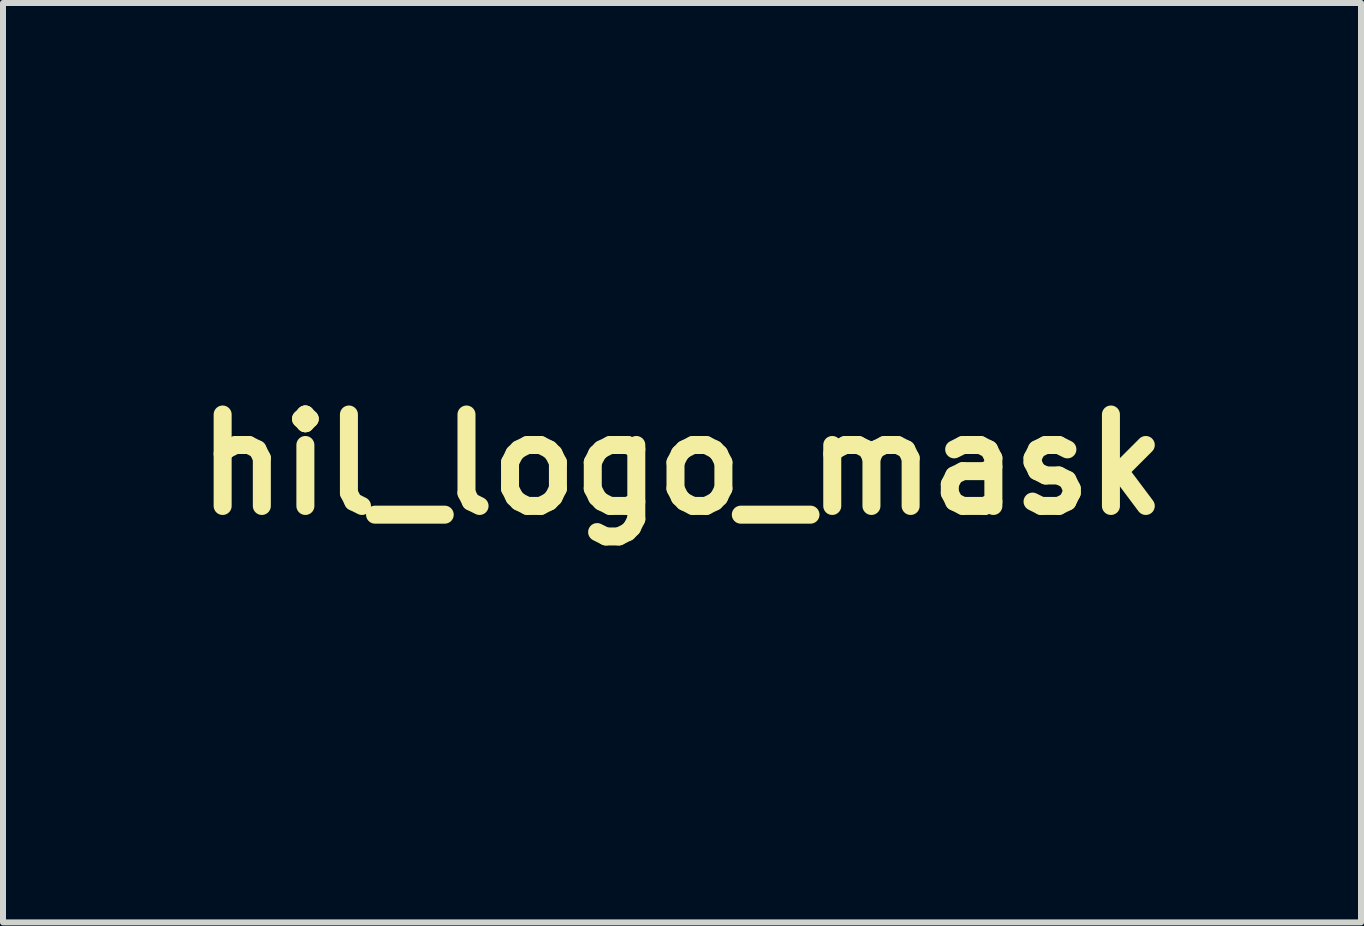
<source format=kicad_pcb>
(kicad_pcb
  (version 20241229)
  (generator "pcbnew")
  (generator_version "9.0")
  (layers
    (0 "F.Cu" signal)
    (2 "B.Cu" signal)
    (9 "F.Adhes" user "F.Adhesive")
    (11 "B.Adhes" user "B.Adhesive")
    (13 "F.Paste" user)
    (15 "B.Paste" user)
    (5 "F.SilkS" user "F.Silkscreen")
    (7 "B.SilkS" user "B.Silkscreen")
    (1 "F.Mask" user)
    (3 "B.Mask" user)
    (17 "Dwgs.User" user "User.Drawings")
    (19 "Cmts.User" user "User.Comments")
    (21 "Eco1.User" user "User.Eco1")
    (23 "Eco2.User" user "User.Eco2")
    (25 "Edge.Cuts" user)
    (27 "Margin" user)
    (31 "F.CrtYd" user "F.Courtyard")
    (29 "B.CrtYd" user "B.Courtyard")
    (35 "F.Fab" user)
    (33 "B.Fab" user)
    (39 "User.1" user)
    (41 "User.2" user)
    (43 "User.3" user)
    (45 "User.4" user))
  (footprint "hil_logo_mask"
    (layer "F.Cu")
    (at 8.317 4.693)
    (property "Reference" "hil_logo_mask" (at 0 0 0) (layer "F.SilkS") (effects (font (size 1.524 1.524) (thickness 0.3))))
    (attr through_hole)
    (fp_poly (pts (xy -1.674 -0.974) (xy -1.61 -0.946) (xy -1.556 -0.903) (xy -1.515 -0.848) (xy -1.489 -0.782) (xy -1.482 -0.72) (xy -1.491 -0.649) (xy -1.518 -0.586) (xy -1.559 -0.533) (xy -1.611 -0.493) (xy -1.671 -0.466) (xy -1.737 -0.455) (xy -1.805 -0.462) (xy -1.857 -0.48) (xy -1.921 -0.521) (xy -1.968 -0.575) (xy -1.999 -0.64) (xy -2.01 -0.713) (xy -2.01 -0.72) (xy -2.001 -0.792) (xy -1.973 -0.856) (xy -1.93 -0.91) (xy -1.874 -0.951) (xy -1.809 -0.977) (xy -1.746 -0.984) (xy -1.674 -0.974)) (stroke (width 0.01) (type solid)) (fill yes) (layer "F.Mask"))
    (fp_poly (pts (xy 0.258 0.656) (xy 0.338 0.657) (xy 0.404 0.658) (xy 0.456 0.66) (xy 0.496 0.663) (xy 0.526 0.667) (xy 0.547 0.673) (xy 0.56 0.68) (xy 0.568 0.688) (xy 0.571 0.699) (xy 0.572 0.712) (xy 0.572 0.727) (xy 0.572 0.737) (xy 0.572 0.764) (xy 0.57 0.785) (xy 0.565 0.8) (xy 0.553 0.811) (xy 0.532 0.818) (xy 0.5 0.823) (xy 0.455 0.825) (xy 0.394 0.825) (xy 0.315 0.826) (xy 0.297 0.826) (xy 0.214 0.826) (xy 0.149 0.827) (xy 0.101 0.828) (xy 0.067 0.83) (xy 0.046 0.834) (xy 0.035 0.838) (xy 0.033 0.84) (xy 0.03 0.851) (xy 0.028 0.877) (xy 0.026 0.92) (xy 0.024 0.98) (xy 0.023 1.057) (xy 0.021 1.153) (xy 0.02 1.268) (xy 0.019 1.403) (xy 0.019 1.52) (xy 0.016 2.185) (xy -0.087 2.188) (xy -0.131 2.189) (xy -0.167 2.19) (xy -0.188 2.189) (xy -0.193 2.188) (xy -0.193 2.178) (xy -0.194 2.147) (xy -0.195 2.1) (xy -0.196 2.036) (xy -0.197 1.958) (xy -0.198 1.868) (xy -0.199 1.768) (xy -0.2 1.659) (xy -0.201 1.543) (xy -0.201 1.508) (xy -0.206 0.831) (xy -0.471 0.826) (xy -0.736 0.82) (xy -0.739 0.753) (xy -0.739 0.711) (xy -0.734 0.681) (xy -0.729 0.671) (xy -0.724 0.668) (xy -0.713 0.665) (xy -0.694 0.663) (xy -0.666 0.661) (xy -0.627 0.66) (xy -0.576 0.658) (xy -0.512 0.657) (xy -0.432 0.657) (xy -0.336 0.656) (xy -0.222 0.656) (xy -0.089 0.656) (xy 0.045 0.656) (xy 0.161 0.656) (xy 0.258 0.656)) (stroke (width 0.01) (type solid)) (fill yes) (layer "F.Mask"))
    (fp_poly (pts (xy 1.88 0.658) (xy 1.911 0.662) (xy 1.929 0.671) (xy 1.931 0.673) (xy 1.934 0.678) (xy 1.937 0.687) (xy 1.939 0.701) (xy 1.941 0.722) (xy 1.943 0.752) (xy 1.944 0.792) (xy 1.945 0.842) (xy 1.946 0.906) (xy 1.947 0.984) (xy 1.947 1.077) (xy 1.947 1.188) (xy 1.947 1.317) (xy 1.947 1.427) (xy 1.947 1.55) (xy 1.947 1.667) (xy 1.946 1.777) (xy 1.945 1.877) (xy 1.944 1.965) (xy 1.943 2.041) (xy 1.942 2.101) (xy 1.941 2.146) (xy 1.939 2.172) (xy 1.938 2.178) (xy 1.927 2.185) (xy 1.901 2.188) (xy 1.859 2.189) (xy 1.83 2.189) (xy 1.73 2.185) (xy 1.725 1.831) (xy 1.723 1.747) (xy 1.722 1.669) (xy 1.721 1.601) (xy 1.719 1.545) (xy 1.718 1.504) (xy 1.717 1.48) (xy 1.717 1.474) (xy 1.706 1.473) (xy 1.677 1.473) (xy 1.631 1.472) (xy 1.572 1.472) (xy 1.501 1.471) (xy 1.422 1.471) (xy 1.367 1.471) (xy 1.264 1.471) (xy 1.181 1.472) (xy 1.115 1.473) (xy 1.067 1.475) (xy 1.034 1.478) (xy 1.014 1.481) (xy 1.008 1.484) (xy 1.004 1.494) (xy 1.001 1.516) (xy 0.998 1.553) (xy 0.997 1.606) (xy 0.996 1.675) (xy 0.995 1.763) (xy 0.995 1.844) (xy 0.995 2.191) (xy 0.89 2.191) (xy 0.84 2.19) (xy 0.808 2.188) (xy 0.789 2.184) (xy 0.78 2.177) (xy 0.779 2.174) (xy 0.778 2.161) (xy 0.777 2.128) (xy 0.776 2.078) (xy 0.775 2.012) (xy 0.774 1.932) (xy 0.774 1.839) (xy 0.773 1.736) (xy 0.773 1.623) (xy 0.773 1.504) (xy 0.773 1.423) (xy 0.773 1.28) (xy 0.773 1.156) (xy 0.773 1.05) (xy 0.773 0.961) (xy 0.774 0.887) (xy 0.775 0.827) (xy 0.776 0.78) (xy 0.778 0.743) (xy 0.779 0.716) (xy 0.781 0.696) (xy 0.784 0.684) (xy 0.787 0.676) (xy 0.789 0.673) (xy 0.806 0.663) (xy 0.835 0.658) (xy 0.88 0.656) (xy 0.887 0.656) (xy 0.928 0.657) (xy 0.961 0.66) (xy 0.98 0.664) (xy 0.981 0.665) (xy 0.986 0.673) (xy 0.989 0.693) (xy 0.992 0.727) (xy 0.994 0.776) (xy 0.995 0.842) (xy 0.997 0.927) (xy 0.997 0.985) (xy 1 1.296) (xy 1.72 1.296) (xy 1.723 0.985) (xy 1.724 0.889) (xy 1.725 0.812) (xy 1.727 0.754) (xy 1.729 0.711) (xy 1.732 0.683) (xy 1.736 0.668) (xy 1.738 0.665) (xy 1.755 0.661) (xy 1.786 0.658) (xy 1.826 0.656) (xy 1.833 0.656) (xy 1.88 0.658)) (stroke (width 0.01) (type solid)) (fill yes) (layer "F.Mask"))
    (fp_poly (pts (xy -1.799 0.657) (xy -1.766 0.661) (xy -1.748 0.67) (xy -1.748 0.67) (xy -1.744 0.685) (xy -1.74 0.72) (xy -1.738 0.775) (xy -1.736 0.851) (xy -1.734 0.947) (xy -1.733 1.022) (xy -1.732 1.116) (xy -1.731 1.191) (xy -1.73 1.248) (xy -1.729 1.291) (xy -1.727 1.322) (xy -1.724 1.342) (xy -1.721 1.353) (xy -1.717 1.359) (xy -1.712 1.36) (xy -1.701 1.352) (xy -1.677 1.328) (xy -1.643 1.29) (xy -1.598 1.239) (xy -1.544 1.176) (xy -1.482 1.102) (xy -1.428 1.037) (xy -1.369 0.965) (xy -1.313 0.897) (xy -1.261 0.835) (xy -1.217 0.781) (xy -1.18 0.737) (xy -1.154 0.705) (xy -1.139 0.687) (xy -1.137 0.685) (xy -1.121 0.67) (xy -1.104 0.661) (xy -1.079 0.657) (xy -1.04 0.656) (xy -1.038 0.656) (xy -0.988 0.657) (xy -0.956 0.662) (xy -0.938 0.67) (xy -0.932 0.683) (xy -0.931 0.687) (xy -0.938 0.698) (xy -0.956 0.724) (xy -0.986 0.763) (xy -1.024 0.813) (xy -1.071 0.872) (xy -1.124 0.938) (xy -1.182 1.01) (xy -1.212 1.046) (xy -1.292 1.145) (xy -1.359 1.227) (xy -1.411 1.294) (xy -1.449 1.345) (xy -1.474 1.38) (xy -1.484 1.399) (xy -1.484 1.402) (xy -1.476 1.413) (xy -1.455 1.437) (xy -1.423 1.475) (xy -1.381 1.523) (xy -1.331 1.581) (xy -1.273 1.646) (xy -1.211 1.717) (xy -1.154 1.782) (xy -1.088 1.857) (xy -1.026 1.928) (xy -0.971 1.993) (xy -0.923 2.05) (xy -0.883 2.097) (xy -0.854 2.134) (xy -0.836 2.158) (xy -0.831 2.167) (xy -0.833 2.175) (xy -0.842 2.18) (xy -0.86 2.184) (xy -0.893 2.186) (xy -0.942 2.188) (xy -0.953 2.188) (xy -1.074 2.191) (xy -1.385 1.83) (xy -1.469 1.733) (xy -1.54 1.651) (xy -1.599 1.586) (xy -1.645 1.535) (xy -1.679 1.5) (xy -1.702 1.479) (xy -1.713 1.473) (xy -1.713 1.473) (xy -1.717 1.476) (xy -1.721 1.483) (xy -1.725 1.496) (xy -1.727 1.518) (xy -1.729 1.551) (xy -1.731 1.596) (xy -1.733 1.656) (xy -1.734 1.733) (xy -1.736 1.829) (xy -1.736 1.831) (xy -1.741 2.185) (xy -1.838 2.188) (xy -1.885 2.189) (xy -1.914 2.188) (xy -1.931 2.184) (xy -1.94 2.177) (xy -1.941 2.174) (xy -1.942 2.161) (xy -1.943 2.129) (xy -1.944 2.078) (xy -1.945 2.012) (xy -1.946 1.932) (xy -1.946 1.839) (xy -1.947 1.736) (xy -1.947 1.623) (xy -1.947 1.504) (xy -1.947 1.423) (xy -1.947 1.28) (xy -1.947 1.156) (xy -1.947 1.05) (xy -1.946 0.961) (xy -1.946 0.887) (xy -1.945 0.827) (xy -1.944 0.78) (xy -1.942 0.743) (xy -1.941 0.716) (xy -1.939 0.696) (xy -1.936 0.684) (xy -1.933 0.676) (xy -1.931 0.673) (xy -1.911 0.664) (xy -1.878 0.658) (xy -1.838 0.655) (xy -1.799 0.657)) (stroke (width 0.01) (type solid)) (fill yes) (layer "F.Mask"))
    (fp_poly (pts (xy 0.208 -4.686) (xy 0.547 -4.677) (xy 0.879 -4.661) (xy 1.2 -4.639) (xy 1.355 -4.625) (xy 1.75 -4.58) (xy 2.137 -4.525) (xy 2.515 -4.459) (xy 2.883 -4.384) (xy 3.238 -4.298) (xy 3.581 -4.204) (xy 3.911 -4.1) (xy 4.225 -3.987) (xy 4.523 -3.866) (xy 4.805 -3.736) (xy 5.068 -3.599) (xy 5.202 -3.522) (xy 5.429 -3.378) (xy 5.636 -3.231) (xy 5.823 -3.079) (xy 5.989 -2.923) (xy 6.136 -2.764) (xy 6.262 -2.601) (xy 6.367 -2.435) (xy 6.452 -2.266) (xy 6.515 -2.093) (xy 6.559 -1.917) (xy 6.567 -1.868) (xy 6.583 -1.693) (xy 6.577 -1.52) (xy 6.551 -1.347) (xy 6.504 -1.176) (xy 6.437 -1.006) (xy 6.349 -0.839) (xy 6.241 -0.675) (xy 6.113 -0.513) (xy 5.98 -0.37) (xy 5.809 -0.211) (xy 5.618 -0.057) (xy 5.408 0.091) (xy 5.178 0.233) (xy 4.93 0.369) (xy 4.665 0.499) (xy 4.382 0.622) (xy 4.347 0.636) (xy 4.232 0.682) (xy 4.437 0.785) (xy 4.504 0.819) (xy 4.558 0.848) (xy 4.597 0.87) (xy 4.62 0.886) (xy 4.625 0.893) (xy 4.625 0.893) (xy 4.596 0.904) (xy 4.555 0.918) (xy 4.506 0.934) (xy 4.453 0.952) (xy 4.401 0.968) (xy 4.353 0.983) (xy 4.313 0.995) (xy 4.286 1.003) (xy 4.276 1.005) (xy 4.263 1) (xy 4.233 0.987) (xy 4.19 0.967) (xy 4.135 0.94) (xy 4.072 0.909) (xy 4.002 0.875) (xy 3.987 0.867) (xy 3.918 0.832) (xy 3.854 0.799) (xy 3.8 0.77) (xy 3.758 0.745) (xy 3.729 0.728) (xy 3.716 0.718) (xy 3.715 0.717) (xy 3.72 0.704) (xy 3.733 0.676) (xy 3.754 0.633) (xy 3.78 0.579) (xy 3.812 0.516) (xy 3.847 0.447) (xy 3.855 0.429) (xy 3.995 0.154) (xy 4.168 0.097) (xy 4.225 0.079) (xy 4.274 0.063) (xy 4.313 0.052) (xy 4.338 0.046) (xy 4.346 0.045) (xy 4.343 0.056) (xy 4.332 0.083) (xy 4.314 0.122) (xy 4.29 0.171) (xy 4.263 0.227) (xy 4.26 0.232) (xy 4.233 0.288) (xy 4.21 0.337) (xy 4.192 0.376) (xy 4.182 0.402) (xy 4.18 0.413) (xy 4.18 0.413) (xy 4.196 0.408) (xy 4.229 0.396) (xy 4.276 0.377) (xy 4.333 0.352) (xy 4.399 0.323) (xy 4.47 0.291) (xy 4.544 0.257) (xy 4.618 0.222) (xy 4.689 0.188) (xy 4.752 0.158) (xy 4.997 0.028) (xy 5.221 -0.106) (xy 5.425 -0.244) (xy 5.608 -0.386) (xy 5.77 -0.532) (xy 5.912 -0.683) (xy 6.032 -0.837) (xy 6.132 -0.996) (xy 6.212 -1.159) (xy 6.271 -1.327) (xy 6.293 -1.415) (xy 6.303 -1.479) (xy 6.309 -1.557) (xy 6.312 -1.643) (xy 6.31 -1.729) (xy 6.304 -1.809) (xy 6.295 -1.876) (xy 6.293 -1.888) (xy 6.246 -2.053) (xy 6.178 -2.216) (xy 6.089 -2.375) (xy 5.979 -2.531) (xy 5.849 -2.683) (xy 5.698 -2.832) (xy 5.526 -2.977) (xy 5.334 -3.118) (xy 5.122 -3.255) (xy 5.006 -3.324) (xy 4.736 -3.469) (xy 4.447 -3.605) (xy 4.142 -3.73) (xy 3.821 -3.846) (xy 3.487 -3.952) (xy 3.139 -4.047) (xy 2.78 -4.132) (xy 2.41 -4.207) (xy 2.03 -4.27) (xy 1.642 -4.323) (xy 1.247 -4.365) (xy 0.847 -4.395) (xy 0.441 -4.414) (xy 0.032 -4.422) (xy -0.379 -4.417) (xy -0.792 -4.401) (xy -1.204 -4.373) (xy -1.616 -4.333) (xy -2.025 -4.281) (xy -2.133 -4.265) (xy -2.372 -4.225) (xy -2.623 -4.177) (xy -2.879 -4.122) (xy -3.133 -4.063) (xy -3.378 -4) (xy -3.54 -3.954) (xy -3.859 -3.855) (xy -4.166 -3.746) (xy -4.459 -3.627) (xy -4.738 -3.499) (xy -5 -3.363) (xy -5.244 -3.22) (xy -5.35 -3.151) (xy -5.542 -3.014) (xy -5.716 -2.873) (xy -5.87 -2.727) (xy -6.004 -2.578) (xy -6.119 -2.425) (xy -6.214 -2.268) (xy -6.288 -2.109) (xy -6.342 -1.948) (xy -6.362 -1.863) (xy -6.37 -1.801) (xy -6.375 -1.725) (xy -6.375 -1.642) (xy -6.372 -1.558) (xy -6.366 -1.48) (xy -6.356 -1.414) (xy -6.352 -1.396) (xy -6.299 -1.223) (xy -6.227 -1.057) (xy -6.135 -0.899) (xy -6.072 -0.808) (xy -6.015 -0.737) (xy -5.945 -0.658) (xy -5.867 -0.576) (xy -5.785 -0.495) (xy -5.704 -0.419) (xy -5.627 -0.354) (xy -5.618 -0.347) (xy -5.418 -0.198) (xy -5.199 -0.055) (xy -4.96 0.082) (xy -4.704 0.213) (xy -4.43 0.336) (xy -4.139 0.452) (xy -4.09 0.47) (xy -4.02 0.497) (xy -3.967 0.518) (xy -3.927 0.535) (xy -3.899 0.551) (xy -3.879 0.565) (xy -3.866 0.577) (xy -3.838 0.62) (xy -3.831 0.668) (xy -3.843 0.717) (xy -3.845 0.719) (xy -3.868 0.749) (xy -3.903 0.775) (xy -3.94 0.791) (xy -3.96 0.794) (xy -3.979 0.79) (xy -4.015 0.78) (xy -4.062 0.765) (xy -4.118 0.746) (xy -4.178 0.724) (xy -4.487 0.602) (xy -4.776 0.475) (xy -5.044 0.341) (xy -5.293 0.202) (xy -5.522 0.056) (xy -5.732 -0.096) (xy -5.922 -0.255) (xy -6.049 -0.375) (xy -6.191 -0.528) (xy -6.313 -0.683) (xy -6.415 -0.84) (xy -6.499 -1.003) (xy -6.566 -1.171) (xy -6.615 -1.347) (xy -6.622 -1.376) (xy -6.632 -1.439) (xy -6.638 -1.517) (xy -6.641 -1.605) (xy -6.641 -1.695) (xy -6.638 -1.782) (xy -6.631 -1.861) (xy -6.621 -1.925) (xy -6.621 -1.926) (xy -6.57 -2.113) (xy -6.499 -2.294) (xy -6.408 -2.47) (xy -6.296 -2.641) (xy -6.164 -2.807) (xy -6.011 -2.969) (xy -5.838 -3.125) (xy -5.644 -3.276) (xy -5.43 -3.422) (xy -5.195 -3.563) (xy -5.095 -3.619) (xy -4.808 -3.764) (xy -4.503 -3.9) (xy -4.181 -4.026) (xy -3.842 -4.142) (xy -3.488 -4.247) (xy -3.119 -4.343) (xy -2.737 -4.427) (xy -2.341 -4.501) (xy -1.933 -4.564) (xy -1.514 -4.615) (xy -1.429 -4.624) (xy -1.124 -4.651) (xy -0.803 -4.67) (xy -0.471 -4.682) (xy -0.132 -4.688) (xy 0.208 -4.686)) (stroke (width 0.01) (type solid)) (fill yes) (layer "F.Mask"))
    (fp_poly (pts (xy 1.031 -2.617) (xy 1.077 -2.597) (xy 1.106 -2.57) (xy 1.132 -2.538) (xy 1.132 -1.916) (xy 1.556 -1.916) (xy 1.556 -2.217) (xy 1.556 -2.299) (xy 1.557 -2.373) (xy 1.559 -2.438) (xy 1.561 -2.49) (xy 1.563 -2.526) (xy 1.566 -2.544) (xy 1.566 -2.545) (xy 1.588 -2.575) (xy 1.623 -2.599) (xy 1.667 -2.612) (xy 1.688 -2.614) (xy 1.732 -2.607) (xy 1.773 -2.587) (xy 1.802 -2.56) (xy 1.81 -2.545) (xy 1.813 -2.527) (xy 1.815 -2.491) (xy 1.817 -2.439) (xy 1.819 -2.374) (xy 1.82 -2.3) (xy 1.82 -2.218) (xy 1.82 -2.218) (xy 1.82 -1.918) (xy 2.024 -1.913) (xy 2.111 -1.91) (xy 2.181 -1.906) (xy 2.238 -1.899) (xy 2.288 -1.89) (xy 2.334 -1.876) (xy 2.38 -1.858) (xy 2.431 -1.835) (xy 2.53 -1.777) (xy 2.623 -1.702) (xy 2.705 -1.614) (xy 2.772 -1.517) (xy 2.798 -1.468) (xy 2.822 -1.417) (xy 2.839 -1.371) (xy 2.852 -1.326) (xy 2.862 -1.278) (xy 2.868 -1.222) (xy 2.873 -1.153) (xy 2.875 -1.068) (xy 2.876 -1.056) (xy 2.881 -0.847) (xy 3.523 -0.847) (xy 3.555 -0.82) (xy 3.579 -0.792) (xy 3.596 -0.76) (xy 3.597 -0.757) (xy 3.601 -0.716) (xy 3.596 -0.673) (xy 3.582 -0.637) (xy 3.576 -0.629) (xy 3.565 -0.616) (xy 3.551 -0.606) (xy 3.534 -0.598) (xy 3.511 -0.592) (xy 3.479 -0.588) (xy 3.436 -0.585) (xy 3.379 -0.583) (xy 3.307 -0.582) (xy 3.216 -0.582) (xy 3.191 -0.582) (xy 2.879 -0.582) (xy 2.879 -0.159) (xy 3.2 -0.159) (xy 3.291 -0.159) (xy 3.364 -0.158) (xy 3.42 -0.158) (xy 3.462 -0.157) (xy 3.493 -0.155) (xy 3.514 -0.152) (xy 3.529 -0.148) (xy 3.54 -0.144) (xy 3.548 -0.138) (xy 3.58 -0.101) (xy 3.595 -0.055) (xy 3.595 -0.006) (xy 3.578 0.041) (xy 3.557 0.068) (xy 3.524 0.101) (xy 3.201 0.104) (xy 2.879 0.107) (xy 2.879 0.529) (xy 3.195 0.529) (xy 3.285 0.529) (xy 3.357 0.53) (xy 3.412 0.53) (xy 3.454 0.531) (xy 3.484 0.533) (xy 3.505 0.536) (xy 3.519 0.54) (xy 3.53 0.545) (xy 3.537 0.55) (xy 3.569 0.587) (xy 3.585 0.633) (xy 3.584 0.682) (xy 3.567 0.729) (xy 3.546 0.756) (xy 3.513 0.788) (xy 3.196 0.792) (xy 2.879 0.795) (xy 2.879 1.217) (xy 3.2 1.217) (xy 3.291 1.217) (xy 3.364 1.217) (xy 3.42 1.218) (xy 3.462 1.219) (xy 3.493 1.221) (xy 3.514 1.224) (xy 3.529 1.227) (xy 3.54 1.232) (xy 3.548 1.238) (xy 3.58 1.275) (xy 3.595 1.321) (xy 3.595 1.37) (xy 3.578 1.417) (xy 3.557 1.444) (xy 3.524 1.476) (xy 3.201 1.479) (xy 2.879 1.483) (xy 2.879 1.905) (xy 3.523 1.905) (xy 3.555 1.932) (xy 3.579 1.96) (xy 3.596 1.991) (xy 3.597 1.995) (xy 3.601 2.035) (xy 3.596 2.079) (xy 3.582 2.115) (xy 3.576 2.123) (xy 3.565 2.136) (xy 3.551 2.146) (xy 3.534 2.154) (xy 3.511 2.16) (xy 3.479 2.164) (xy 3.436 2.167) (xy 3.379 2.169) (xy 3.307 2.169) (xy 3.216 2.17) (xy 3.191 2.17) (xy 2.879 2.17) (xy 2.879 2.593) (xy 3.2 2.593) (xy 3.291 2.593) (xy 3.364 2.593) (xy 3.42 2.594) (xy 3.462 2.595) (xy 3.493 2.597) (xy 3.514 2.6) (xy 3.529 2.603) (xy 3.54 2.608) (xy 3.548 2.614) (xy 3.58 2.651) (xy 3.595 2.697) (xy 3.595 2.746) (xy 3.578 2.792) (xy 3.557 2.819) (xy 3.524 2.852) (xy 3.202 2.855) (xy 2.881 2.858) (xy 2.876 3.056) (xy 2.873 3.143) (xy 2.868 3.212) (xy 2.862 3.27) (xy 2.852 3.319) (xy 2.837 3.366) (xy 2.818 3.414) (xy 2.798 3.458) (xy 2.74 3.557) (xy 2.665 3.65) (xy 2.577 3.732) (xy 2.48 3.799) (xy 2.431 3.825) (xy 2.38 3.848) (xy 2.333 3.866) (xy 2.287 3.88) (xy 2.238 3.889) (xy 2.18 3.895) (xy 2.11 3.9) (xy 2.024 3.902) (xy 1.82 3.907) (xy 1.82 4.539) (xy 1.793 4.571) (xy 1.753 4.604) (xy 1.706 4.62) (xy 1.657 4.617) (xy 1.611 4.597) (xy 1.583 4.57) (xy 1.556 4.539) (xy 1.556 3.905) (xy 1.132 3.905) (xy 1.132 4.217) (xy 1.132 4.301) (xy 1.131 4.377) (xy 1.13 4.444) (xy 1.128 4.497) (xy 1.125 4.535) (xy 1.122 4.555) (xy 1.122 4.555) (xy 1.101 4.586) (xy 1.065 4.609) (xy 1.022 4.623) (xy 1 4.625) (xy 0.956 4.618) (xy 0.916 4.598) (xy 0.886 4.571) (xy 0.878 4.555) (xy 0.875 4.538) (xy 0.873 4.502) (xy 0.871 4.449) (xy 0.869 4.384) (xy 0.868 4.309) (xy 0.868 4.225) (xy 0.868 4.217) (xy 0.868 3.905) (xy 0.445 3.905) (xy 0.445 4.539) (xy 0.417 4.571) (xy 0.377 4.604) (xy 0.33 4.62) (xy 0.281 4.617) (xy 0.236 4.597) (xy 0.207 4.57) (xy 0.18 4.539) (xy 0.18 3.905) (xy -0.243 3.905) (xy -0.243 4.528) (xy -0.271 4.56) (xy -0.311 4.594) (xy -0.358 4.609) (xy -0.407 4.606) (xy -0.452 4.586) (xy -0.481 4.56) (xy -0.508 4.528) (xy -0.508 3.905) (xy -0.931 3.905) (xy -0.931 4.539) (xy -0.959 4.571) (xy -0.999 4.604) (xy -1.046 4.62) (xy -1.095 4.617) (xy -1.14 4.597) (xy -1.169 4.57) (xy -1.196 4.539) (xy -1.196 3.905) (xy -1.619 3.905) (xy -1.619 4.217) (xy -1.62 4.301) (xy -1.621 4.377) (xy -1.622 4.444) (xy -1.624 4.497) (xy -1.627 4.535) (xy -1.629 4.555) (xy -1.63 4.555) (xy -1.651 4.586) (xy -1.687 4.609) (xy -1.73 4.623) (xy -1.752 4.625) (xy -1.791 4.619) (xy -1.827 4.604) (xy -1.829 4.604) (xy -1.854 4.582) (xy -1.872 4.558) (xy -1.874 4.555) (xy -1.876 4.538) (xy -1.879 4.502) (xy -1.881 4.449) (xy -1.882 4.384) (xy -1.883 4.309) (xy -1.884 4.225) (xy -1.884 4.218) (xy -1.884 3.907) (xy -2.088 3.902) (xy -2.174 3.899) (xy -2.244 3.895) (xy -2.302 3.889) (xy -2.351 3.879) (xy -2.397 3.866) (xy -2.444 3.848) (xy -2.494 3.825) (xy -2.594 3.767) (xy -2.687 3.691) (xy -2.769 3.603) (xy -2.836 3.507) (xy -2.862 3.458) (xy -2.886 3.405) (xy -2.904 3.358) (xy -2.917 3.311) (xy -2.926 3.261) (xy -2.933 3.202) (xy -2.937 3.13) (xy -2.939 3.056) (xy -2.944 2.857) (xy -3.251 2.857) (xy -3.345 2.857) (xy -3.421 2.857) (xy -3.48 2.855) (xy -3.525 2.853) (xy -3.559 2.849) (xy -3.584 2.843) (xy -3.602 2.835) (xy -3.616 2.825) (xy -3.628 2.813) (xy -3.629 2.811) (xy -3.645 2.779) (xy -3.654 2.737) (xy -3.652 2.695) (xy -3.65 2.683) (xy -3.635 2.652) (xy -3.611 2.623) (xy -3.608 2.62) (xy -3.576 2.593) (xy -2.942 2.593) (xy -2.942 2.17) (xy -3.259 2.167) (xy -3.577 2.164) (xy -3.61 2.132) (xy -3.638 2.09) (xy -3.65 2.042) (xy -3.645 1.993) (xy -3.624 1.95) (xy -3.601 1.926) (xy -3.592 1.92) (xy -3.582 1.915) (xy -3.566 1.912) (xy -3.545 1.909) (xy -3.513 1.907) (xy -3.47 1.906) (xy -3.413 1.905) (xy -3.34 1.905) (xy -3.258 1.905) (xy -2.942 1.905) (xy -2.942 1.483) (xy -3.254 1.479) (xy -3.566 1.476) (xy -3.599 1.444) (xy -3.627 1.402) (xy -3.639 1.354) (xy -3.634 1.305) (xy -3.613 1.262) (xy -3.59 1.238) (xy -3.581 1.232) (xy -3.571 1.227) (xy -3.556 1.224) (xy -3.534 1.221) (xy -3.502 1.219) (xy -3.459 1.218) (xy -3.401 1.217) (xy -3.327 1.217) (xy -3.253 1.217) (xy -2.942 1.217) (xy -2.942 0.795) (xy -3.259 0.792) (xy -3.577 0.788) (xy -3.61 0.756) (xy -3.638 0.714) (xy -3.65 0.666) (xy -3.645 0.618) (xy -3.624 0.574) (xy -3.601 0.55) (xy -3.592 0.544) (xy -3.582 0.539) (xy -3.566 0.536) (xy -3.545 0.533) (xy -3.513 0.531) (xy -3.47 0.53) (xy -3.413 0.529) (xy -3.34 0.529) (xy -3.258 0.529) (xy -2.942 0.529) (xy -2.942 0.106) (xy -3.25 0.106) (xy -3.344 0.106) (xy -3.42 0.105) (xy -3.479 0.104) (xy -3.525 0.101) (xy -3.559 0.097) (xy -3.584 0.091) (xy -3.602 0.084) (xy -3.616 0.074) (xy -3.627 0.061) (xy -3.629 0.059) (xy -3.641 0.037) (xy -2.413 0.037) (xy -2.413 0.229) (xy -2.413 0.439) (xy -2.413 0.669) (xy -2.413 0.919) (xy -2.413 0.99) (xy -2.413 1.243) (xy -2.413 1.477) (xy -2.413 1.691) (xy -2.413 1.886) (xy -2.413 2.064) (xy -2.412 2.225) (xy -2.412 2.369) (xy -2.412 2.499) (xy -2.411 2.614) (xy -2.411 2.716) (xy -2.41 2.805) (xy -2.409 2.882) (xy -2.409 2.949) (xy -2.408 3.005) (xy -2.407 3.052) (xy -2.406 3.091) (xy -2.404 3.122) (xy -2.403 3.147) (xy -2.401 3.166) (xy -2.4 3.18) (xy -2.398 3.19) (xy -2.397 3.194) (xy -2.371 3.248) (xy -2.331 3.299) (xy -2.281 3.338) (xy -2.235 3.359) (xy -2.218 3.361) (xy -2.181 3.363) (xy -2.125 3.365) (xy -2.052 3.367) (xy -1.963 3.368) (xy -1.858 3.37) (xy -1.74 3.371) (xy -1.609 3.372) (xy -1.467 3.373) (xy -1.315 3.374) (xy -1.154 3.375) (xy -0.985 3.376) (xy -0.81 3.376) (xy -0.63 3.377) (xy -0.446 3.377) (xy -0.259 3.377) (xy -0.071 3.377) (xy 0.118 3.377) (xy 0.305 3.377) (xy 0.49 3.377) (xy 0.672 3.377) (xy 0.85 3.376) (xy 1.021 3.376) (xy 1.185 3.375) (xy 1.341 3.374) (xy 1.487 3.373) (xy 1.622 3.372) (xy 1.745 3.371) (xy 1.855 3.369) (xy 1.951 3.368) (xy 2.03 3.366) (xy 2.093 3.365) (xy 2.137 3.363) (xy 2.162 3.361) (xy 2.166 3.36) (xy 2.222 3.334) (xy 2.274 3.291) (xy 2.315 3.238) (xy 2.323 3.222) (xy 2.326 3.217) (xy 2.328 3.211) (xy 2.33 3.203) (xy 2.332 3.193) (xy 2.334 3.179) (xy 2.335 3.161) (xy 2.337 3.137) (xy 2.338 3.108) (xy 2.339 3.072) (xy 2.34 3.027) (xy 2.341 2.975) (xy 2.342 2.912) (xy 2.342 2.839) (xy 2.343 2.755) (xy 2.344 2.659) (xy 2.344 2.549) (xy 2.345 2.426) (xy 2.345 2.288) (xy 2.345 2.134) (xy 2.346 1.964) (xy 2.346 1.776) (xy 2.346 1.57) (xy 2.347 1.345) (xy 2.347 1.1) (xy 2.347 1.016) (xy 2.347 0.76) (xy 2.348 0.523) (xy 2.348 0.306) (xy 2.348 0.107) (xy 2.348 -0.073) (xy 2.348 -0.237) (xy 2.348 -0.385) (xy 2.348 -0.518) (xy 2.348 -0.636) (xy 2.347 -0.741) (xy 2.346 -0.834) (xy 2.345 -0.914) (xy 2.343 -0.984) (xy 2.341 -1.044) (xy 2.339 -1.095) (xy 2.337 -1.137) (xy 2.333 -1.172) (xy 2.33 -1.2) (xy 2.326 -1.223) (xy 2.321 -1.241) (xy 2.316 -1.255) (xy 2.311 -1.266) (xy 2.304 -1.274) (xy 2.298 -1.281) (xy 2.29 -1.288) (xy 2.282 -1.295) (xy 2.273 -1.303) (xy 2.27 -1.305) (xy 2.262 -1.315) (xy 2.254 -1.323) (xy 2.248 -1.331) (xy 2.241 -1.338) (xy 2.233 -1.345) (xy 2.224 -1.351) (xy 2.211 -1.356) (xy 2.195 -1.361) (xy 2.174 -1.365) (xy 2.148 -1.369) (xy 2.116 -1.372) (xy 2.077 -1.375) (xy 2.029 -1.378) (xy 1.973 -1.38) (xy 1.907 -1.381) (xy 1.831 -1.383) (xy 1.743 -1.384) (xy 1.643 -1.385) (xy 1.529 -1.386) (xy 1.402 -1.386) (xy 1.26 -1.386) (xy 1.102 -1.386) (xy 0.927 -1.387) (xy 0.735 -1.387) (xy 0.524 -1.387) (xy 0.295 -1.386) (xy 0.045 -1.386) (xy -0.026 -1.386) (xy -0.282 -1.386) (xy -0.518 -1.386) (xy -0.734 -1.387) (xy -0.932 -1.387) (xy -1.111 -1.386) (xy -1.274 -1.386) (xy -1.421 -1.386) (xy -1.553 -1.386) (xy -1.671 -1.385) (xy -1.775 -1.384) (xy -1.867 -1.383) (xy -1.947 -1.382) (xy -2.016 -1.38) (xy -2.075 -1.378) (xy -2.125 -1.376) (xy -2.167 -1.373) (xy -2.201 -1.37) (xy -2.229 -1.366) (xy -2.252 -1.362) (xy -2.269 -1.358) (xy -2.283 -1.353) (xy -2.293 -1.347) (xy -2.302 -1.341) (xy -2.309 -1.334) (xy -2.315 -1.326) (xy -2.322 -1.318) (xy -2.33 -1.309) (xy -2.332 -1.307) (xy -2.341 -1.298) (xy -2.35 -1.291) (xy -2.358 -1.285) (xy -2.365 -1.278) (xy -2.372 -1.27) (xy -2.377 -1.261) (xy -2.383 -1.248) (xy -2.388 -1.232) (xy -2.392 -1.211) (xy -2.396 -1.185) (xy -2.399 -1.153) (xy -2.402 -1.113) (xy -2.404 -1.066) (xy -2.406 -1.01) (xy -2.408 -0.944) (xy -2.409 -0.867) (xy -2.411 -0.779) (xy -2.411 -0.679) (xy -2.412 -0.566) (xy -2.413 -0.438) (xy -2.413 -0.296) (xy -2.413 -0.138) (xy -2.413 0.037) (xy -3.641 0.037) (xy -3.645 0.027) (xy -3.654 -0.015) (xy -3.652 -0.057) (xy -3.65 -0.069) (xy -3.635 -0.1) (xy -3.611 -0.129) (xy -3.608 -0.132) (xy -3.576 -0.159) (xy -2.942 -0.159) (xy -2.942 -0.581) (xy -3.259 -0.584) (xy -3.577 -0.587) (xy -3.61 -0.62) (xy -3.638 -0.662) (xy -3.65 -0.71) (xy -3.645 -0.758) (xy -3.624 -0.802) (xy -3.601 -0.826) (xy -3.592 -0.832) (xy -3.582 -0.837) (xy -3.566 -0.84) (xy -3.544 -0.843) (xy -3.513 -0.845) (xy -3.47 -0.846) (xy -3.413 -0.846) (xy -3.339 -0.847) (xy -3.259 -0.847) (xy -2.944 -0.847) (xy -2.939 -1.056) (xy -2.937 -1.143) (xy -2.933 -1.213) (xy -2.926 -1.271) (xy -2.917 -1.32) (xy -2.905 -1.365) (xy -2.888 -1.411) (xy -2.865 -1.461) (xy -2.862 -1.468) (xy -2.804 -1.567) (xy -2.728 -1.66) (xy -2.64 -1.742) (xy -2.544 -1.809) (xy -2.494 -1.835) (xy -2.443 -1.859) (xy -2.397 -1.877) (xy -2.351 -1.89) (xy -2.301 -1.899) (xy -2.244 -1.906) (xy -2.173 -1.91) (xy -2.088 -1.913) (xy -1.884 -1.918) (xy -1.884 -2.538) (xy -1.857 -2.57) (xy -1.817 -2.604) (xy -1.77 -2.619) (xy -1.721 -2.617) (xy -1.675 -2.597) (xy -1.646 -2.571) (xy -1.619 -2.538) (xy -1.619 -1.916) (xy -1.196 -1.916) (xy -1.196 -2.217) (xy -1.196 -2.299) (xy -1.195 -2.373) (xy -1.193 -2.438) (xy -1.191 -2.49) (xy -1.188 -2.526) (xy -1.186 -2.544) (xy -1.186 -2.545) (xy -1.164 -2.575) (xy -1.128 -2.599) (xy -1.085 -2.612) (xy -1.064 -2.614) (xy -1.019 -2.607) (xy -0.979 -2.587) (xy -0.95 -2.56) (xy -0.942 -2.545) (xy -0.939 -2.527) (xy -0.936 -2.491) (xy -0.934 -2.439) (xy -0.933 -2.374) (xy -0.932 -2.3) (xy -0.931 -2.218) (xy -0.931 -1.916) (xy -0.508 -1.916) (xy -0.508 -2.211) (xy -0.508 -2.292) (xy -0.507 -2.366) (xy -0.505 -2.43) (xy -0.503 -2.481) (xy -0.5 -2.517) (xy -0.498 -2.534) (xy -0.476 -2.564) (xy -0.44 -2.588) (xy -0.397 -2.602) (xy -0.376 -2.603) (xy -0.331 -2.596) (xy -0.291 -2.577) (xy -0.262 -2.549) (xy -0.254 -2.534) (xy -0.251 -2.516) (xy -0.248 -2.48) (xy -0.246 -2.428) (xy -0.245 -2.364) (xy -0.244 -2.29) (xy -0.243 -2.211) (xy -0.243 -1.916) (xy 0.18 -1.916) (xy 0.18 -2.217) (xy 0.18 -2.299) (xy 0.181 -2.373) (xy 0.183 -2.438) (xy 0.185 -2.49) (xy 0.187 -2.526) (xy 0.19 -2.544) (xy 0.19 -2.545) (xy 0.212 -2.575) (xy 0.248 -2.599) (xy 0.291 -2.612) (xy 0.312 -2.614) (xy 0.357 -2.607) (xy 0.397 -2.587) (xy 0.426 -2.56) (xy 0.434 -2.545) (xy 0.437 -2.527) (xy 0.439 -2.491) (xy 0.442 -2.439) (xy 0.443 -2.374) (xy 0.444 -2.3) (xy 0.445 -2.218) (xy 0.445 -1.916) (xy 0.868 -1.916) (xy 0.868 -2.538) (xy 0.895 -2.571) (xy 0.935 -2.604) (xy 0.982 -2.619) (xy 1.031 -2.617)) (stroke (width 0.01) (type solid)) (fill yes) (layer "F.Mask")))
  (gr_rect
    (start -3 -3)
    (end 19.633 12.323)
    (stroke (width 0.1) (type default))
    (fill no)
    (layer "Edge.Cuts")))
</source>
